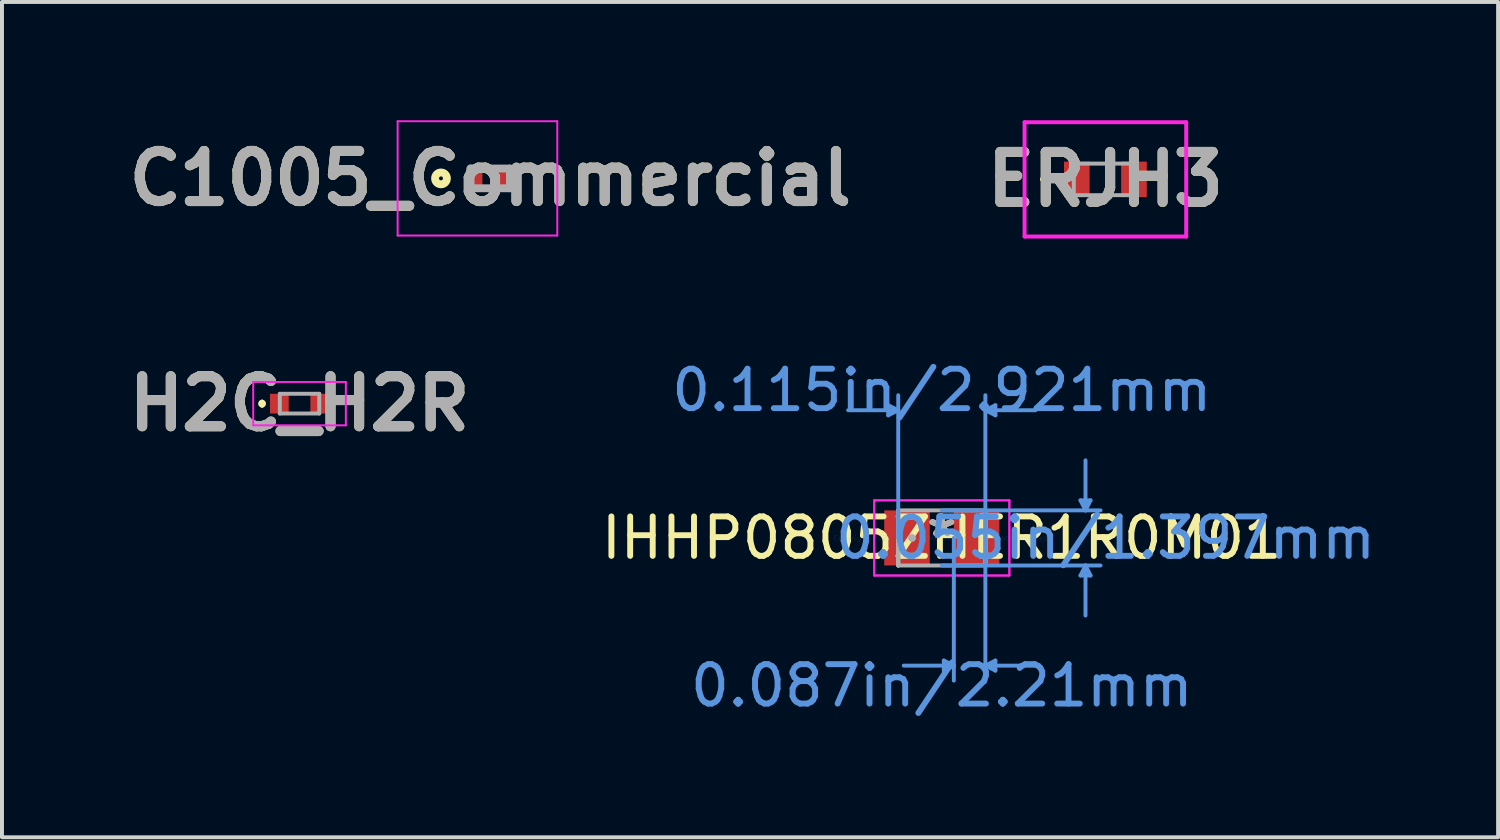
<source format=kicad_pcb>
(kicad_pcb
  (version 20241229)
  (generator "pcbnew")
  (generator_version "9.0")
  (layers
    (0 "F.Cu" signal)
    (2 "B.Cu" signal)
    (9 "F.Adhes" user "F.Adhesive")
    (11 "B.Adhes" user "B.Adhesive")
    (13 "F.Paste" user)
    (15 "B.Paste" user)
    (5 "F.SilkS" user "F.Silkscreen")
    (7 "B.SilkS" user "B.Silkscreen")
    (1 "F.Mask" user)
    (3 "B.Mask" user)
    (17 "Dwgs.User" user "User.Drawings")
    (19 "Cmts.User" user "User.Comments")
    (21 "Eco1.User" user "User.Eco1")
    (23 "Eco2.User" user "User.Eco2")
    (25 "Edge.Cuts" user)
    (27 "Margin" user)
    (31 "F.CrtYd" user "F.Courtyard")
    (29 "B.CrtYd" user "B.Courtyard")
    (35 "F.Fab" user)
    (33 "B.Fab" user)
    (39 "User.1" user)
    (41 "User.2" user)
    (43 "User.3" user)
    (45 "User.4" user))
  (footprint "H2C_H2R"
    (layer "F.Cu")
    (at 4.548 7.189)
    (property "Reference" "H2C_H2R" (at 0 0 0) (layer "F.SilkS") (effects (font (size 1.27 1.27) (thickness 0.254))))
    (attr smd)
    (fp_line (start -0.95 -0.05) (end -0.95 -0.05) (stroke (width 0.1) (type solid)) (layer "F.SilkS"))
    (fp_line (start -0.95 0.05) (end -0.95 0.05) (stroke (width 0.1) (type solid)) (layer "F.SilkS"))
    (fp_arc (start -0.95 -0.05) (mid -0.9 0) (end -0.95 0.05) (stroke (width 0.1) (type solid)) (layer "F.SilkS"))
    (fp_arc (start -0.95 0.05) (mid -1 0) (end -0.95 -0.05) (stroke (width 0.1) (type solid)) (layer "F.SilkS"))
    (fp_line (start -1.175 -0.55) (end 1.175 -0.55) (stroke (width 0.05) (type solid)) (layer "F.CrtYd"))
    (fp_line (start -1.175 0.55) (end -1.175 -0.55) (stroke (width 0.05) (type solid)) (layer "F.CrtYd"))
    (fp_line (start 1.175 -0.55) (end 1.175 0.55) (stroke (width 0.05) (type solid)) (layer "F.CrtYd"))
    (fp_line (start 1.175 0.55) (end -1.175 0.55) (stroke (width 0.05) (type solid)) (layer "F.CrtYd"))
    (fp_line (start -0.5 -0.25) (end 0.5 -0.25) (stroke (width 0.1) (type solid)) (layer "F.Fab"))
    (fp_line (start -0.5 0.25) (end -0.5 -0.25) (stroke (width 0.1) (type solid)) (layer "F.Fab"))
    (fp_line (start 0.5 -0.25) (end 0.5 0.25) (stroke (width 0.1) (type solid)) (layer "F.Fab"))
    (fp_line (start 0.5 0.25) (end -0.5 0.25) (stroke (width 0.1) (type solid)) (layer "F.Fab"))
    (fp_text user "${REFERENCE}" (at 0 0 0) (layer "F.Fab") (effects (font (size 1.27 1.27) (thickness 0.254))))
    (pad "1" smd rect (at -0.512 0) (size 0.475 0.5) (layers "F.Cu" "F.Mask" "F.Paste"))
    (pad "2" smd rect (at 0.512 0) (size 0.475 0.5) (layers "F.Cu" "F.Mask" "F.Paste")))
  (footprint "ERJH3"
    (layer "F.Cu")
    (at 24.989 1.5)
    (property "Reference" "ERJH3" (at 0 0 0) (layer "F.SilkS") (effects (font (size 1.27 1.27) (thickness 0.254))))
    (attr smd)
    (fp_line (start -1.6 0) (end -1.6 0) (stroke (width 0.1) (type solid)) (layer "F.SilkS"))
    (fp_line (start -1.5 0) (end -1.5 0) (stroke (width 0.1) (type solid)) (layer "F.SilkS"))
    (fp_arc (start -1.6 0) (mid -1.55 -0.05) (end -1.5 0) (stroke (width 0.1) (type solid)) (layer "F.SilkS"))
    (fp_arc (start -1.5 0) (mid -1.55 0.05) (end -1.6 0) (stroke (width 0.1) (type solid)) (layer "F.SilkS"))
    (fp_line (start -2.05 -1.45) (end 2.05 -1.45) (stroke (width 0.1) (type solid)) (layer "F.CrtYd"))
    (fp_line (start -2.05 1.45) (end -2.05 -1.45) (stroke (width 0.1) (type solid)) (layer "F.CrtYd"))
    (fp_line (start 2.05 -1.45) (end 2.05 1.45) (stroke (width 0.1) (type solid)) (layer "F.CrtYd"))
    (fp_line (start 2.05 1.45) (end -2.05 1.45) (stroke (width 0.1) (type solid)) (layer "F.CrtYd"))
    (fp_line (start -0.8 -0.4) (end -0.8 0.4) (stroke (width 0.1) (type solid)) (layer "F.Fab"))
    (fp_line (start -0.8 0.4) (end 0.8 0.4) (stroke (width 0.1) (type solid)) (layer "F.Fab"))
    (fp_line (start 0.8 -0.4) (end -0.8 -0.4) (stroke (width 0.1) (type solid)) (layer "F.Fab"))
    (fp_line (start 0.8 0.4) (end 0.8 -0.4) (stroke (width 0.1) (type solid)) (layer "F.Fab"))
    (fp_text user "${REFERENCE}" (at 0 0 0) (layer "F.Fab") (effects (font (size 1.27 1.27) (thickness 0.254))))
    (pad "1" smd rect (at -0.725 0) (size 0.65 0.9) (layers "F.Cu" "F.Mask" "F.Paste"))
    (pad "2" smd rect (at 0.725 0) (size 0.65 0.9) (layers "F.Cu" "F.Mask" "F.Paste")))
  (footprint "C1005_Commercial"
    (layer "F.Cu")
    (at 9.386 1.475)
    (property "Reference" "C1005_Commercial" (at 0 0 0) (layer "F.SilkS") (effects (font (size 1.27 1.27) (thickness 0.254))))
    (attr smd)
    (fp_circle (center -1.25 0) (end -1.25 0.05) (stroke (width 0.2) (type solid)) (fill no) (layer "F.SilkS"))
    (fp_line (start -2.35 -1.45) (end 1.7 -1.45) (stroke (width 0.05) (type solid)) (layer "F.CrtYd"))
    (fp_line (start -2.35 1.45) (end -2.35 -1.45) (stroke (width 0.05) (type solid)) (layer "F.CrtYd"))
    (fp_line (start 1.7 -1.45) (end 1.7 1.45) (stroke (width 0.05) (type solid)) (layer "F.CrtYd"))
    (fp_line (start 1.7 1.45) (end -2.35 1.45) (stroke (width 0.05) (type solid)) (layer "F.CrtYd"))
    (fp_line (start -0.5 -0.25) (end 0.5 -0.25) (stroke (width 0.2) (type solid)) (layer "F.Fab"))
    (fp_line (start -0.5 0.25) (end -0.5 -0.25) (stroke (width 0.2) (type solid)) (layer "F.Fab"))
    (fp_line (start 0.5 -0.25) (end 0.5 0.25) (stroke (width 0.2) (type solid)) (layer "F.Fab"))
    (fp_line (start 0.5 0.25) (end -0.5 0.25) (stroke (width 0.2) (type solid)) (layer "F.Fab"))
    (fp_text user "${REFERENCE}" (at 0 0 0) (layer "F.Fab") (effects (font (size 1.27 1.27) (thickness 0.254))))
    (pad "1" smd rect (at -0.4 0) (size 0.4 0.5) (layers "F.Cu" "F.Mask" "F.Paste"))
    (pad "2" smd rect (at 0.4 0) (size 0.4 0.5) (layers "F.Cu" "F.Mask" "F.Paste")))
  (footprint "IHHP0805ZHER1R0M01"
    (layer "F.Cu")
    (at 20.84 10.595)
    (property "Reference" "IHHP0805ZHER1R0M01" (at 0 0 0) (layer "F.SilkS") (effects (font (size 1 1) (thickness 0.15))))
    (attr through_hole)
    (fp_line (start -1.359 -3.365) (end -1.359 -3.111) (stroke (width 0.1) (type solid)) (layer "Cmts.User"))
    (fp_line (start -1.105 -3.239) (end -2.375 -3.239) (stroke (width 0.1) (type solid)) (layer "Cmts.User"))
    (fp_line (start -1.105 -3.239) (end -1.359 -3.365) (stroke (width 0.1) (type solid)) (layer "Cmts.User"))
    (fp_line (start -1.105 -3.239) (end -1.359 -3.111) (stroke (width 0.1) (type solid)) (layer "Cmts.User"))
    (fp_line (start -1.105 0) (end -1.105 -3.619) (stroke (width 0.1) (type solid)) (layer "Cmts.User"))
    (fp_line (start 0 -0.699) (end 4.026 -0.699) (stroke (width 0.1) (type solid)) (layer "Cmts.User"))
    (fp_line (start 0 0.699) (end 4.026 0.699) (stroke (width 0.1) (type solid)) (layer "Cmts.User"))
    (fp_line (start 0.051 3.111) (end 0.051 3.365) (stroke (width 0.1) (type solid)) (layer "Cmts.User"))
    (fp_line (start 0.305 0) (end 0.305 3.619) (stroke (width 0.1) (type solid)) (layer "Cmts.User"))
    (fp_line (start 0.305 3.239) (end -0.965 3.239) (stroke (width 0.1) (type solid)) (layer "Cmts.User"))
    (fp_line (start 0.305 3.239) (end 0.051 3.111) (stroke (width 0.1) (type solid)) (layer "Cmts.User"))
    (fp_line (start 0.305 3.239) (end 0.051 3.365) (stroke (width 0.1) (type solid)) (layer "Cmts.User"))
    (fp_line (start 1.105 -3.239) (end 1.359 -3.365) (stroke (width 0.1) (type solid)) (layer "Cmts.User"))
    (fp_line (start 1.105 -3.239) (end 1.359 -3.111) (stroke (width 0.1) (type solid)) (layer "Cmts.User"))
    (fp_line (start 1.105 -3.239) (end 2.375 -3.239) (stroke (width 0.1) (type solid)) (layer "Cmts.User"))
    (fp_line (start 1.105 0) (end 1.105 -3.619) (stroke (width 0.1) (type solid)) (layer "Cmts.User"))
    (fp_line (start 1.105 0) (end 1.105 3.619) (stroke (width 0.1) (type solid)) (layer "Cmts.User"))
    (fp_line (start 1.105 3.239) (end 1.359 3.111) (stroke (width 0.1) (type solid)) (layer "Cmts.User"))
    (fp_line (start 1.105 3.239) (end 1.359 3.365) (stroke (width 0.1) (type solid)) (layer "Cmts.User"))
    (fp_line (start 1.105 3.239) (end 2.375 3.239) (stroke (width 0.1) (type solid)) (layer "Cmts.User"))
    (fp_line (start 1.359 -3.365) (end 1.359 -3.111) (stroke (width 0.1) (type solid)) (layer "Cmts.User"))
    (fp_line (start 1.359 3.111) (end 1.359 3.365) (stroke (width 0.1) (type solid)) (layer "Cmts.User"))
    (fp_line (start 3.518 -0.953) (end 3.772 -0.953) (stroke (width 0.1) (type solid)) (layer "Cmts.User"))
    (fp_line (start 3.518 0.953) (end 3.772 0.953) (stroke (width 0.1) (type solid)) (layer "Cmts.User"))
    (fp_line (start 3.645 -0.699) (end 3.518 -0.953) (stroke (width 0.1) (type solid)) (layer "Cmts.User"))
    (fp_line (start 3.645 -0.699) (end 3.645 -1.968) (stroke (width 0.1) (type solid)) (layer "Cmts.User"))
    (fp_line (start 3.645 -0.699) (end 3.772 -0.953) (stroke (width 0.1) (type solid)) (layer "Cmts.User"))
    (fp_line (start 3.645 0.699) (end 3.518 0.953) (stroke (width 0.1) (type solid)) (layer "Cmts.User"))
    (fp_line (start 3.645 0.699) (end 3.645 1.968) (stroke (width 0.1) (type solid)) (layer "Cmts.User"))
    (fp_line (start 3.645 0.699) (end 3.772 0.953) (stroke (width 0.1) (type solid)) (layer "Cmts.User"))
    (fp_line (start -1.714 -0.953) (end 1.714 -0.953) (stroke (width 0.05) (type solid)) (layer "F.CrtYd"))
    (fp_line (start -1.714 -0.953) (end 1.714 -0.953) (stroke (width 0.05) (type solid)) (layer "F.CrtYd"))
    (fp_line (start -1.714 0.953) (end -1.714 -0.953) (stroke (width 0.05) (type solid)) (layer "F.CrtYd"))
    (fp_line (start -1.714 0.953) (end -1.714 -0.953) (stroke (width 0.05) (type solid)) (layer "F.CrtYd"))
    (fp_line (start 1.714 -0.953) (end 1.714 0.953) (stroke (width 0.05) (type solid)) (layer "F.CrtYd"))
    (fp_line (start 1.714 -0.953) (end 1.714 0.953) (stroke (width 0.05) (type solid)) (layer "F.CrtYd"))
    (fp_line (start 1.714 0.953) (end -1.714 0.953) (stroke (width 0.05) (type solid)) (layer "F.CrtYd"))
    (fp_line (start 1.714 0.953) (end -1.714 0.953) (stroke (width 0.05) (type solid)) (layer "F.CrtYd"))
    (fp_line (start -1.105 -0.699) (end -1.105 -0.699) (stroke (width 0.1) (type solid)) (layer "F.Fab"))
    (fp_line (start -1.105 -0.699) (end -1.105 0.699) (stroke (width 0.1) (type solid)) (layer "F.Fab"))
    (fp_line (start -1.105 -0.699) (end -1.105 0.699) (stroke (width 0.1) (type solid)) (layer "F.Fab"))
    (fp_line (start -1.105 0.699) (end -1.105 -0.699) (stroke (width 0.1) (type solid)) (layer "F.Fab"))
    (fp_line (start -1.105 0.699) (end -1.105 0.699) (stroke (width 0.1) (type solid)) (layer "F.Fab"))
    (fp_line (start -1.105 0.699) (end 1.105 0.699) (stroke (width 0.1) (type solid)) (layer "F.Fab"))
    (fp_line (start 1.105 -0.699) (end -1.105 -0.699) (stroke (width 0.1) (type solid)) (layer "F.Fab"))
    (fp_line (start 1.105 -0.699) (end 1.105 -0.699) (stroke (width 0.1) (type solid)) (layer "F.Fab"))
    (fp_line (start 1.105 -0.699) (end 1.105 0.699) (stroke (width 0.1) (type solid)) (layer "F.Fab"))
    (fp_line (start 1.105 0.699) (end 1.105 -0.699) (stroke (width 0.1) (type solid)) (layer "F.Fab"))
    (fp_line (start 1.105 0.699) (end 1.105 -0.699) (stroke (width 0.1) (type solid)) (layer "F.Fab"))
    (fp_line (start 1.105 0.699) (end 1.105 0.699) (stroke (width 0.1) (type solid)) (layer "F.Fab"))
    (fp_circle (center -0.756 0) (end -0.756 0) (stroke (width 0.1) (type solid)) (fill no) (layer "F.Fab"))
    (fp_text user "*" (at 0 0 0) (layer "F.SilkS") (effects (font (size 1 1) (thickness 0.15))))
    (fp_text user "0.115in/2.921mm" (at 0 -3.747 0) (layer "Cmts.User") (effects (font (size 1 1) (thickness 0.15))))
    (fp_text user "Copyright 2021 Accelerated Designs. All rights reserved." (at 0 0 0) (layer "Cmts.User") (effects (font (size 0.127 0.127) (thickness 0.002))))
    (fp_text user "0.087in/2.21mm" (at 0 3.747 0) (layer "Cmts.User") (effects (font (size 1 1) (thickness 0.15))))
    (fp_text user "0.055in/1.397mm" (at 4.153 0 0) (layer "Cmts.User") (effects (font (size 1 1) (thickness 0.15))))
    (fp_text user "*" (at 0 0 0) (layer "F.Fab") (effects (font (size 1 1) (thickness 0.15))))
    (pad "1" smd rect (at -0.883 0) (size 1.156 1.397) (layers "F.Cu" "F.Mask" "F.Paste"))
    (pad "2" smd rect (at 0.883 0) (size 1.156 1.397) (layers "F.Cu" "F.Mask" "F.Paste")))
  (gr_rect
    (start -3 -3)
    (end 34.951 18.189)
    (stroke (width 0.1) (type default))
    (fill no)
    (layer "Edge.Cuts")))
</source>
